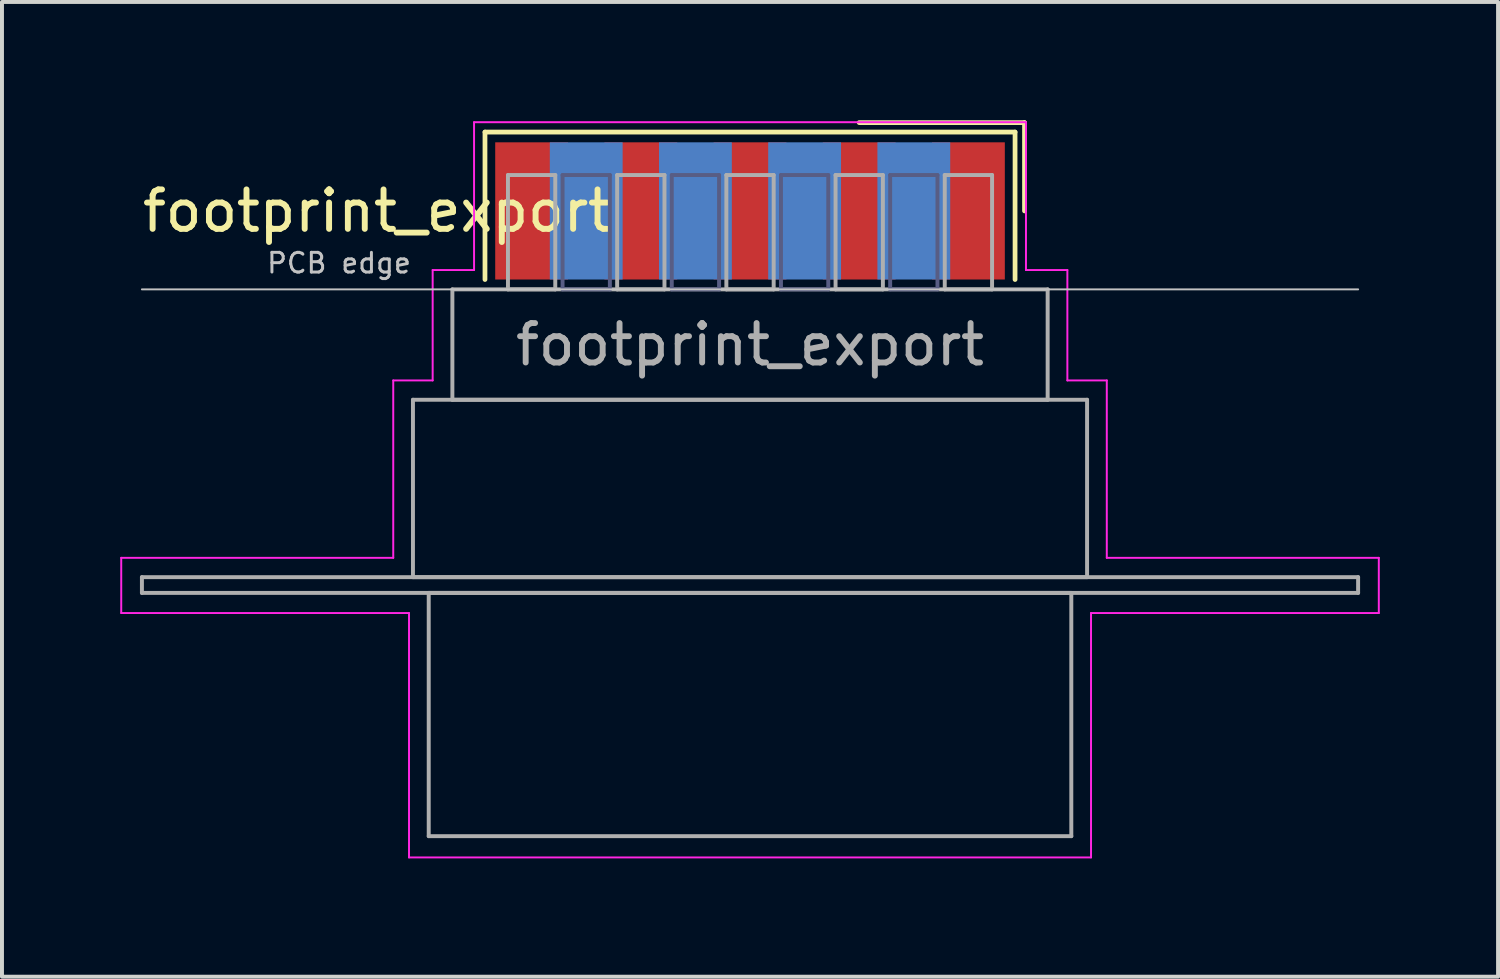
<source format=kicad_pcb>
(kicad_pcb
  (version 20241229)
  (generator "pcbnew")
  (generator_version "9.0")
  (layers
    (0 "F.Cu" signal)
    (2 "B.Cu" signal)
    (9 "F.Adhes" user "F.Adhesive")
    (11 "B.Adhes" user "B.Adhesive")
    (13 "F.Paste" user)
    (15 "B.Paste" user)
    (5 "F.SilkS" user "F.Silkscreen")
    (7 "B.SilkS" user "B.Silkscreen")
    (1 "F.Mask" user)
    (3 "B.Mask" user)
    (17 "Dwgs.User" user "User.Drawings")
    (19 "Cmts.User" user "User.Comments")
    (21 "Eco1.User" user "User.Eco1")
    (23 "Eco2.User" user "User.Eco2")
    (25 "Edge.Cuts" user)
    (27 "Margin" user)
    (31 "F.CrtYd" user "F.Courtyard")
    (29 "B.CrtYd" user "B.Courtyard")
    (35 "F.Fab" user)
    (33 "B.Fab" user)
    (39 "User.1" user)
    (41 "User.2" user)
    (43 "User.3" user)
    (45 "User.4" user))
  (footprint "footprint_export"
    (layer "F.Cu")
    (at 15.975 2.3)
    (property "Reference" "footprint_export" (at -9.463 0 0) (layer "F.SilkS") (effects (font (size 1 1) (thickness 0.15))))
    (attr smd)
    (fp_line (start -6.723 -2) (end -6.723 1.74) (stroke (width 0.12) (type solid)) (layer "F.SilkS"))
    (fp_line (start 6.723 -2) (end -6.723 -2) (stroke (width 0.12) (type solid)) (layer "F.SilkS"))
    (fp_line (start 6.723 1.74) (end 6.723 -2) (stroke (width 0.12) (type solid)) (layer "F.SilkS"))
    (fp_line (start 6.963 -2.24) (end 2.77 -2.24) (stroke (width 0.12) (type solid)) (layer "F.SilkS"))
    (fp_line (start 6.963 0) (end 6.963 -2.24) (stroke (width 0.12) (type solid)) (layer "F.SilkS"))
    (fp_line (start -15.425 1.99) (end 15.425 1.99) (stroke (width 0.05) (type solid)) (layer "Dwgs.User"))
    (fp_line (start -15.95 8.8) (end -9.05 8.8) (stroke (width 0.05) (type solid)) (layer "F.CrtYd"))
    (fp_line (start -15.95 10.2) (end -15.95 8.8) (stroke (width 0.05) (type solid)) (layer "F.CrtYd"))
    (fp_line (start -9.05 4.3) (end -8.05 4.3) (stroke (width 0.05) (type solid)) (layer "F.CrtYd"))
    (fp_line (start -9.05 8.8) (end -9.05 4.3) (stroke (width 0.05) (type solid)) (layer "F.CrtYd"))
    (fp_line (start -8.65 10.2) (end -15.95 10.2) (stroke (width 0.05) (type solid)) (layer "F.CrtYd"))
    (fp_line (start -8.65 16.4) (end -8.65 10.2) (stroke (width 0.05) (type solid)) (layer "F.CrtYd"))
    (fp_line (start -8.05 1.5) (end -7 1.5) (stroke (width 0.05) (type solid)) (layer "F.CrtYd"))
    (fp_line (start -8.05 4.3) (end -8.05 1.5) (stroke (width 0.05) (type solid)) (layer "F.CrtYd"))
    (fp_line (start -7 -2.25) (end 7 -2.25) (stroke (width 0.05) (type solid)) (layer "F.CrtYd"))
    (fp_line (start -7 1.5) (end -7 -2.25) (stroke (width 0.05) (type solid)) (layer "F.CrtYd"))
    (fp_line (start 7 -2.25) (end 7 1.5) (stroke (width 0.05) (type solid)) (layer "F.CrtYd"))
    (fp_line (start 7 1.5) (end 8.05 1.5) (stroke (width 0.05) (type solid)) (layer "F.CrtYd"))
    (fp_line (start 8.05 1.5) (end 8.05 4.3) (stroke (width 0.05) (type solid)) (layer "F.CrtYd"))
    (fp_line (start 8.05 4.3) (end 9.05 4.3) (stroke (width 0.05) (type solid)) (layer "F.CrtYd"))
    (fp_line (start 8.65 10.2) (end 8.65 16.4) (stroke (width 0.05) (type solid)) (layer "F.CrtYd"))
    (fp_line (start 8.65 16.4) (end -8.65 16.4) (stroke (width 0.05) (type solid)) (layer "F.CrtYd"))
    (fp_line (start 9.05 4.3) (end 9.05 8.8) (stroke (width 0.05) (type solid)) (layer "F.CrtYd"))
    (fp_line (start 9.05 8.8) (end 15.95 8.8) (stroke (width 0.05) (type solid)) (layer "F.CrtYd"))
    (fp_line (start 15.95 8.8) (end 15.95 10.2) (stroke (width 0.05) (type solid)) (layer "F.CrtYd"))
    (fp_line (start 15.95 10.2) (end 8.65 10.2) (stroke (width 0.05) (type solid)) (layer "F.CrtYd"))
    (fp_line (start -4.755 -0.91) (end -4.755 1.99) (stroke (width 0.1) (type solid)) (layer "B.Fab"))
    (fp_line (start -4.755 1.99) (end -3.555 1.99) (stroke (width 0.1) (type solid)) (layer "B.Fab"))
    (fp_line (start -3.555 -0.91) (end -4.755 -0.91) (stroke (width 0.1) (type solid)) (layer "B.Fab"))
    (fp_line (start -3.555 1.99) (end -3.555 -0.91) (stroke (width 0.1) (type solid)) (layer "B.Fab"))
    (fp_line (start -1.985 -0.91) (end -1.985 1.99) (stroke (width 0.1) (type solid)) (layer "B.Fab"))
    (fp_line (start -1.985 1.99) (end -0.785 1.99) (stroke (width 0.1) (type solid)) (layer "B.Fab"))
    (fp_line (start -0.785 -0.91) (end -1.985 -0.91) (stroke (width 0.1) (type solid)) (layer "B.Fab"))
    (fp_line (start -0.785 1.99) (end -0.785 -0.91) (stroke (width 0.1) (type solid)) (layer "B.Fab"))
    (fp_line (start 0.785 -0.91) (end 0.785 1.99) (stroke (width 0.1) (type solid)) (layer "B.Fab"))
    (fp_line (start 0.785 1.99) (end 1.985 1.99) (stroke (width 0.1) (type solid)) (layer "B.Fab"))
    (fp_line (start 1.985 -0.91) (end 0.785 -0.91) (stroke (width 0.1) (type solid)) (layer "B.Fab"))
    (fp_line (start 1.985 1.99) (end 1.985 -0.91) (stroke (width 0.1) (type solid)) (layer "B.Fab"))
    (fp_line (start 3.555 -0.91) (end 3.555 1.99) (stroke (width 0.1) (type solid)) (layer "B.Fab"))
    (fp_line (start 3.555 1.99) (end 4.755 1.99) (stroke (width 0.1) (type solid)) (layer "B.Fab"))
    (fp_line (start 4.755 -0.91) (end 3.555 -0.91) (stroke (width 0.1) (type solid)) (layer "B.Fab"))
    (fp_line (start 4.755 1.99) (end 4.755 -0.91) (stroke (width 0.1) (type solid)) (layer "B.Fab"))
    (fp_line (start -15.425 9.29) (end -15.425 9.69) (stroke (width 0.1) (type solid)) (layer "F.Fab"))
    (fp_line (start -15.425 9.69) (end 15.425 9.69) (stroke (width 0.1) (type solid)) (layer "F.Fab"))
    (fp_line (start -8.55 4.79) (end -8.55 9.29) (stroke (width 0.1) (type solid)) (layer "F.Fab"))
    (fp_line (start -8.55 9.29) (end 8.55 9.29) (stroke (width 0.1) (type solid)) (layer "F.Fab"))
    (fp_line (start -8.15 9.69) (end -8.15 15.86) (stroke (width 0.1) (type solid)) (layer "F.Fab"))
    (fp_line (start -8.15 15.86) (end 8.15 15.86) (stroke (width 0.1) (type solid)) (layer "F.Fab"))
    (fp_line (start -7.55 1.99) (end -7.55 4.79) (stroke (width 0.1) (type solid)) (layer "F.Fab"))
    (fp_line (start -7.55 4.79) (end 7.55 4.79) (stroke (width 0.1) (type solid)) (layer "F.Fab"))
    (fp_line (start -6.14 -0.91) (end -6.14 1.99) (stroke (width 0.1) (type solid)) (layer "F.Fab"))
    (fp_line (start -6.14 1.99) (end -4.94 1.99) (stroke (width 0.1) (type solid)) (layer "F.Fab"))
    (fp_line (start -4.94 -0.91) (end -6.14 -0.91) (stroke (width 0.1) (type solid)) (layer "F.Fab"))
    (fp_line (start -4.94 1.99) (end -4.94 -0.91) (stroke (width 0.1) (type solid)) (layer "F.Fab"))
    (fp_line (start -3.37 -0.91) (end -3.37 1.99) (stroke (width 0.1) (type solid)) (layer "F.Fab"))
    (fp_line (start -3.37 1.99) (end -2.17 1.99) (stroke (width 0.1) (type solid)) (layer "F.Fab"))
    (fp_line (start -2.17 -0.91) (end -3.37 -0.91) (stroke (width 0.1) (type solid)) (layer "F.Fab"))
    (fp_line (start -2.17 1.99) (end -2.17 -0.91) (stroke (width 0.1) (type solid)) (layer "F.Fab"))
    (fp_line (start -0.6 -0.91) (end -0.6 1.99) (stroke (width 0.1) (type solid)) (layer "F.Fab"))
    (fp_line (start -0.6 1.99) (end 0.6 1.99) (stroke (width 0.1) (type solid)) (layer "F.Fab"))
    (fp_line (start 0.6 -0.91) (end -0.6 -0.91) (stroke (width 0.1) (type solid)) (layer "F.Fab"))
    (fp_line (start 0.6 1.99) (end 0.6 -0.91) (stroke (width 0.1) (type solid)) (layer "F.Fab"))
    (fp_line (start 2.17 -0.91) (end 2.17 1.99) (stroke (width 0.1) (type solid)) (layer "F.Fab"))
    (fp_line (start 2.17 1.99) (end 3.37 1.99) (stroke (width 0.1) (type solid)) (layer "F.Fab"))
    (fp_line (start 3.37 -0.91) (end 2.17 -0.91) (stroke (width 0.1) (type solid)) (layer "F.Fab"))
    (fp_line (start 3.37 1.99) (end 3.37 -0.91) (stroke (width 0.1) (type solid)) (layer "F.Fab"))
    (fp_line (start 4.94 -0.91) (end 4.94 1.99) (stroke (width 0.1) (type solid)) (layer "F.Fab"))
    (fp_line (start 4.94 1.99) (end 6.14 1.99) (stroke (width 0.1) (type solid)) (layer "F.Fab"))
    (fp_line (start 6.14 -0.91) (end 4.94 -0.91) (stroke (width 0.1) (type solid)) (layer "F.Fab"))
    (fp_line (start 6.14 1.99) (end 6.14 -0.91) (stroke (width 0.1) (type solid)) (layer "F.Fab"))
    (fp_line (start 7.55 1.99) (end -7.55 1.99) (stroke (width 0.1) (type solid)) (layer "F.Fab"))
    (fp_line (start 7.55 4.79) (end 7.55 1.99) (stroke (width 0.1) (type solid)) (layer "F.Fab"))
    (fp_line (start 8.15 9.69) (end -8.15 9.69) (stroke (width 0.1) (type solid)) (layer "F.Fab"))
    (fp_line (start 8.15 15.86) (end 8.15 9.69) (stroke (width 0.1) (type solid)) (layer "F.Fab"))
    (fp_line (start 8.55 4.79) (end -8.55 4.79) (stroke (width 0.1) (type solid)) (layer "F.Fab"))
    (fp_line (start 8.55 9.29) (end 8.55 4.79) (stroke (width 0.1) (type solid)) (layer "F.Fab"))
    (fp_line (start 15.425 9.29) (end -15.425 9.29) (stroke (width 0.1) (type solid)) (layer "F.Fab"))
    (fp_line (start 15.425 9.69) (end 15.425 9.29) (stroke (width 0.1) (type solid)) (layer "F.Fab"))
    (fp_text user "PCB edge" (at -10.425 1.323 0) (layer "Dwgs.User") (effects (font (size 0.5 0.5) (thickness 0.075))))
    (fp_text user "${REFERENCE}" (at 0 3.39 0) (layer "F.Fab") (effects (font (size 1 1) (thickness 0.15))))
    (pad "1" smd rect (at 5.54 0) (size 1.847 3.48) (layers "F.Cu" "F.Mask" "F.Paste"))
    (pad "2" smd rect (at 2.77 0) (size 1.847 3.48) (layers "F.Cu" "F.Mask" "F.Paste"))
    (pad "3" smd rect (at 0 0) (size 1.847 3.48) (layers "F.Cu" "F.Mask" "F.Paste"))
    (pad "4" smd rect (at -2.77 0) (size 1.847 3.48) (layers "F.Cu" "F.Mask" "F.Paste"))
    (pad "5" smd rect (at -5.54 0) (size 1.847 3.48) (layers "F.Cu" "F.Mask" "F.Paste"))
    (pad "6" smd rect (at 4.155 0) (size 1.847 3.48) (layers "B.Cu" "B.Mask" "B.Paste"))
    (pad "7" smd rect (at 1.385 0) (size 1.847 3.48) (layers "B.Cu" "B.Mask" "B.Paste"))
    (pad "8" smd rect (at -1.385 0) (size 1.847 3.48) (layers "B.Cu" "B.Mask" "B.Paste"))
    (pad "9" smd rect (at -4.155 0) (size 1.847 3.48) (layers "B.Cu" "B.Mask" "B.Paste")))
  (gr_rect
    (start -3 -3)
    (end 34.95 21.725)
    (stroke (width 0.1) (type default))
    (fill no)
    (layer "Edge.Cuts")))
</source>
